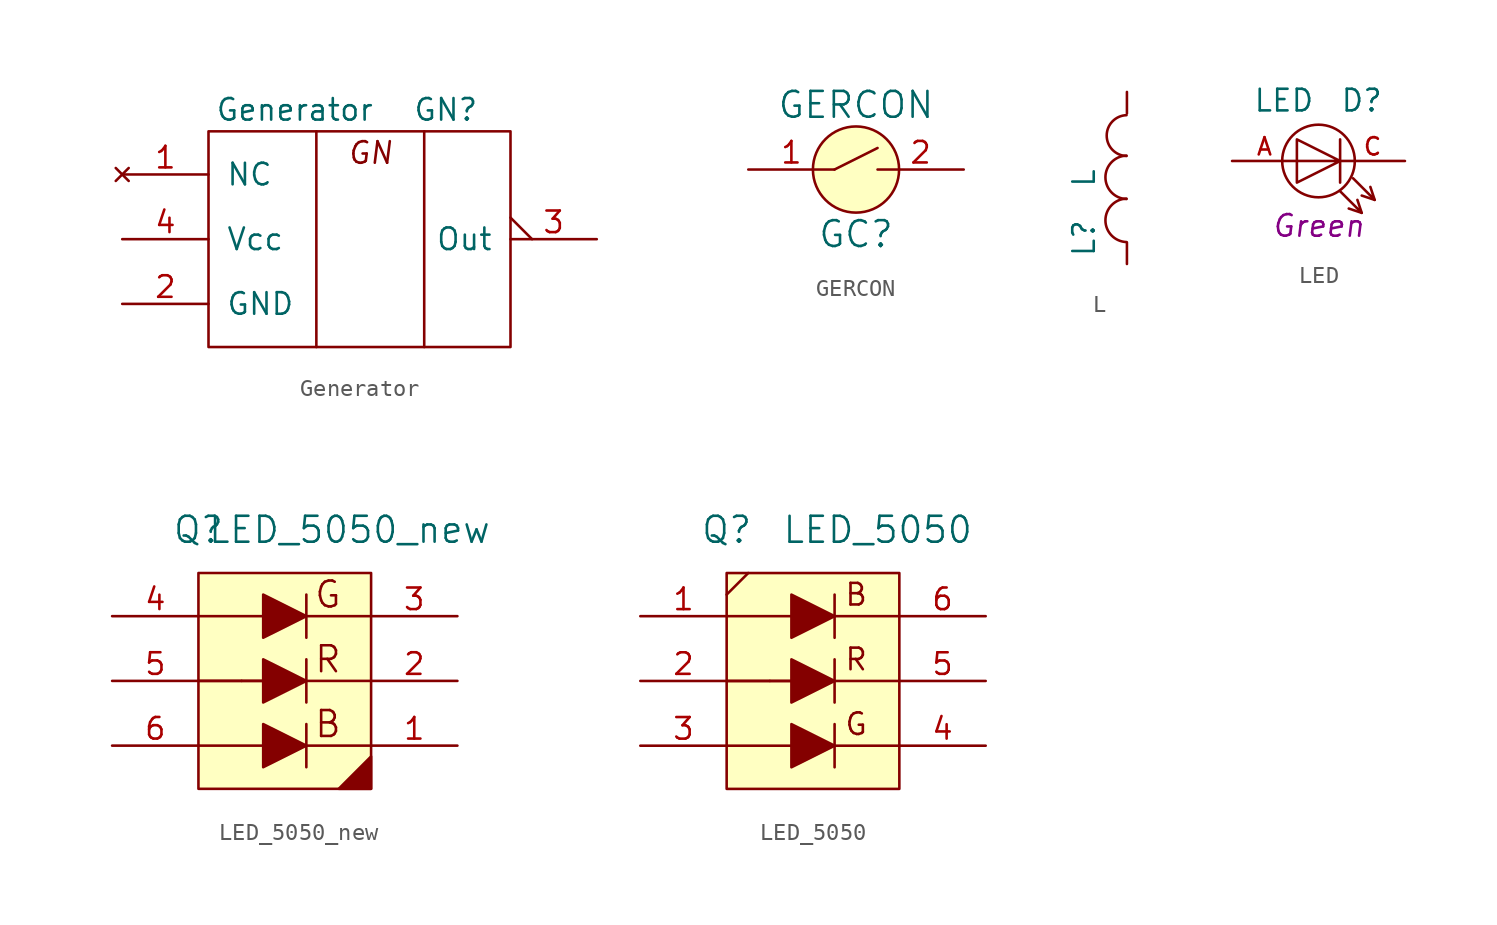
<source format=kicad_sym>
(kicad_symbol_lib
  (version 20201005)
  (generator kicad_symbol_editor)
  (symbol "Tittar_kl:Generator"
    (pin_names
      (offset 1.016))
    (property "Reference" "GN"
      (at 5.08 7.62 0)
      (effects (font (size 1.27 1.27))))
    (property "Value" "Generator"
      (at -3.81 7.62 0)
      (effects (font (size 1.27 1.27))))
    (symbol "Generator_0_0"
      (text "GN" (at 0.635 5.08 0) (effects (font (size 1.27 1.27) italic))))
    (symbol "Generator_0_1"
      (rectangle (start -8.89 6.35) (end 8.89 -6.35) (stroke (width 0)) (fill (type none)))
      (polyline (pts (xy -2.54 -6.35) (xy -2.54 6.35)) (stroke (width 0)) (fill (type none)))
      (polyline (pts (xy 3.81 6.35) (xy 3.81 -6.35)) (stroke (width 0)) (fill (type none)))
      (pin unconnected line (at -13.97 3.81 0) (length 5.08) (name "NC" (effects (font (size 1.27 1.27)))) (number "1" (effects (font (size 1.27 1.27)))))
      (pin power_in line (at -13.97 -3.81 0) (length 5.08) (name "GND" (effects (font (size 1.27 1.27)))) (number "2" (effects (font (size 1.27 1.27)))))
      (pin passive output_low (at 13.97 0 180) (length 5.08) (name "Out" (effects (font (size 1.27 1.27)))) (number "3" (effects (font (size 1.27 1.27)))))
      (pin power_in line (at -13.97 0 0) (length 5.08) (name "Vcc" (effects (font (size 1.27 1.27)))) (number "4" (effects (font (size 1.27 1.27)))))))
  (symbol "Tittar_kl:GERCON"
    (pin_names
      (offset 1.016))
    (property "Reference" "GC"
      (at 0 -3.81 0)
      (effects (font (size 1.524 1.524))))
    (property "Value" "GERCON"
      (at 0 3.81 0)
      (effects (font (size 1.524 1.524))))
    (property "Footprint" ""
      (at 0 0 0)
      (effects (font (size 1.524 1.524))))
    (property "Datasheet" ""
      (at 0 0 0)
      (effects (font (size 1.524 1.524))))
    (symbol "GERCON_0_1"
      (circle (center 0 0) (radius 2.54) (stroke (width 0)) (fill (type background)))
      (polyline (pts (xy -1.27 0) (xy 1.27 1.27) (xy 1.27 1.27)) (stroke (width 0)) (fill (type none))))
    (symbol "GERCON_1_1"
      (pin passive line (at -6.35 0 0) (length 5.08) (name "~" (effects (font (size 1.27 1.27)))) (number "1" (effects (font (size 1.27 1.27)))))
      (pin passive line (at 6.35 0 180) (length 5.08) (name "~" (effects (font (size 1.27 1.27)))) (number "2" (effects (font (size 1.27 1.27)))))))
  (symbol "Tittar_kl:L"
    (pin_numbers hide)
    (pin_names
      (offset 1.016) hide)
    (property "Reference" "L"
      (at -2.54 -3.556 90)
      (effects (font (size 1.27 1.27))))
    (property "Value" "L"
      (at -2.54 0 90)
      (effects (font (size 1.27 1.27))))
    (symbol "L_0_1"
      (arc (start -0.0254 -1.2192) (end -0.0254 -3.7846) (radius (at 0 -2.5146) (length 1.2954) (angles -88.9 88.9)) (stroke (width 0)) (fill (type none)))
      (arc (start -0.0254 1.3208) (end -0.0254 -1.2446) (radius (at 0 0.0254) (length 1.2954) (angles -88.9 88.9)) (stroke (width 0)) (fill (type none)))
      (arc (start -0.0254 3.7084) (end -0.0254 1.2954) (radius (at 0 2.4892) (length 1.2192) (angles -88.9 88.9)) (stroke (width 0)) (fill (type none))))
    (symbol "L_1_1"
      (pin passive line (at 0 5.08 270) (length 1.27) (name "1" (effects (font (size 1.778 1.778)))) (number "1" (effects (font (size 1.778 1.778)))))
      (pin passive line (at 0 -5.08 90) (length 1.27) (name "2" (effects (font (size 1.778 1.778)))) (number "2" (effects (font (size 1.778 1.778)))))))
  (symbol "Tittar_kl:LED"
    (pin_names
      (offset 1.016) hide)
    (property "Reference" "D"
      (at 2.54 3.556 0)
      (effects (font (size 1.27 1.27))))
    (property "Value" "LED"
      (at -2.032 3.556 0)
      (effects (font (size 1.27 1.27))))
    (property "Color" "Green"
      (at 0 -3.81 0)
      (effects (font (size 1.27 1.27) italic)))
    (symbol "LED_0_1"
      (circle (center 0 0) (radius 2.134) (stroke (width 0)) (fill (type none)))
      (polyline (pts (xy 1.27 1.27) (xy 1.27 -1.27)) (stroke (width 0)) (fill (type none)))
      (polyline (pts (xy 2.54 -3.048) (xy 1.778 -2.794)) (stroke (width 0)) (fill (type none)))
      (polyline (pts (xy 3.302 -2.286) (xy 2.54 -2.032)) (stroke (width 0)) (fill (type none)))
      (polyline (pts (xy 1.27 -1.778) (xy 2.54 -3.048) (xy 2.286 -2.286) (xy 2.286 -2.286)) (stroke (width 0)) (fill (type none)))
      (polyline (pts (xy 2.032 -1.016) (xy 3.302 -2.286) (xy 3.048 -1.524) (xy 3.048 -1.524)) (stroke (width 0)) (fill (type none)))
      (polyline (pts (xy 1.27 0) (xy -1.27 -1.27) (xy -1.27 1.27) (xy 1.27 0) (xy -1.27 0)) (stroke (width 0)) (fill (type none))))
    (symbol "LED_1_1"
      (pin passive line (at -5.08 0 0) (length 3.81) (name "A" (effects (font (size 1.016 1.016)))) (number "A" (effects (font (size 1.016 1.016)))))
      (pin passive line (at 5.08 0 180) (length 3.81) (name "C" (effects (font (size 1.016 1.016)))) (number "C" (effects (font (size 1.016 1.016)))))))
  (symbol "Tittar_kl:LED_5050_new"
    (pin_names
      (offset 1.016) hide)
    (property "Reference" "Q"
      (at -5.08 8.89 0)
      (effects (font (size 1.524 1.524))))
    (property "Value" "LED_5050_new"
      (at 3.81 8.89 0)
      (effects (font (size 1.524 1.524))))
    (symbol "LED_5050_new_0_0"
      (text "B" (at 2.54 -2.54 0) (effects (font (size 1.524 1.524))))
      (text "G" (at 2.54 5.08 0) (effects (font (size 1.524 1.524))))
      (text "R" (at 2.54 1.27 0) (effects (font (size 1.524 1.524)))))
    (symbol "LED_5050_new_0_1"
      (rectangle (start -5.08 6.35) (end 5.08 -6.35) (stroke (width 0)) (fill (type background)))
      (polyline (pts (xy -5.08 -3.81) (xy -1.27 -3.81) (xy -1.27 -3.81)) (stroke (width 0)) (fill (type none)))
      (polyline (pts (xy -5.08 0) (xy -2.54 0) (xy -2.54 0)) (stroke (width 0)) (fill (type none)))
      (polyline (pts (xy -5.08 0) (xy -1.27 0) (xy -1.27 0)) (stroke (width 0)) (fill (type none)))
      (polyline (pts (xy -5.08 3.81) (xy -1.27 3.81) (xy -1.27 3.81)) (stroke (width 0)) (fill (type none)))
      (polyline (pts (xy -2.54 0) (xy -1.27 0) (xy -1.27 0)) (stroke (width 0)) (fill (type none)))
      (polyline (pts (xy 1.27 -3.81) (xy 5.08 -3.81) (xy 5.08 -3.81)) (stroke (width 0)) (fill (type none)))
      (polyline (pts (xy 1.27 -2.54) (xy 1.27 -5.08) (xy 1.27 -5.08)) (stroke (width 0)) (fill (type none)))
      (polyline (pts (xy 1.27 0) (xy 5.08 0) (xy 5.08 0)) (stroke (width 0)) (fill (type none)))
      (polyline (pts (xy 1.27 1.27) (xy 1.27 -1.27) (xy 1.27 -1.27)) (stroke (width 0)) (fill (type none)))
      (polyline (pts (xy 1.27 3.81) (xy 5.08 3.81) (xy 5.08 3.81)) (stroke (width 0)) (fill (type none)))
      (polyline (pts (xy 1.27 5.08) (xy 1.27 2.54) (xy 1.27 2.54)) (stroke (width 0)) (fill (type none)))
      (polyline (pts (xy 5.08 -4.445) (xy 5.08 -6.35) (xy 3.175 -6.35) (xy 5.08 -4.445)) (stroke (width 0)) (fill (type outline)))
      (polyline (pts (xy -1.27 -2.54) (xy -1.27 -5.08) (xy 1.27 -3.81) (xy -1.27 -2.54) (xy -1.27 -2.54)) (stroke (width 0)) (fill (type outline)))
      (polyline (pts (xy -1.27 1.27) (xy -1.27 -1.27) (xy 1.27 0) (xy -1.27 1.27) (xy -1.27 1.27)) (stroke (width 0)) (fill (type outline)))
      (polyline (pts (xy -1.27 5.08) (xy -1.27 2.54) (xy 1.27 3.81) (xy -1.27 5.08) (xy -1.27 5.08)) (stroke (width 0)) (fill (type outline))))
    (symbol "LED_5050_new_1_1"
      (pin passive line (at 10.16 -3.81 180) (length 5.08) (name "~" (effects (font (size 1.27 1.27)))) (number "1" (effects (font (size 1.27 1.27)))))
      (pin passive line (at 10.16 0 180) (length 5.08) (name "~" (effects (font (size 1.27 1.27)))) (number "2" (effects (font (size 1.27 1.27)))))
      (pin passive line (at 10.16 3.81 180) (length 5.08) (name "~" (effects (font (size 1.27 1.27)))) (number "3" (effects (font (size 1.27 1.27)))))
      (pin passive line (at -10.16 3.81 0) (length 5.08) (name "B" (effects (font (size 1.27 1.27)))) (number "4" (effects (font (size 1.27 1.27)))))
      (pin passive line (at -10.16 0 0) (length 5.08) (name "G" (effects (font (size 1.27 1.27)))) (number "5" (effects (font (size 1.27 1.27)))))
      (pin passive line (at -10.16 -3.81 0) (length 5.08) (name "~" (effects (font (size 1.27 1.27)))) (number "6" (effects (font (size 1.27 1.27)))))))
  (symbol "Tittar_kl:LED_5050"
    (pin_names
      (offset 1.016) hide)
    (property "Reference" "Q"
      (at -5.08 8.89 0)
      (effects (font (size 1.524 1.524))))
    (property "Value" "LED_5050"
      (at 3.81 8.89 0)
      (effects (font (size 1.524 1.524))))
    (symbol "LED_5050_0_0"
      (text "B" (at 2.54 5.08 0) (effects (font (size 1.27 1.27))))
      (text "G" (at 2.54 -2.54 0) (effects (font (size 1.27 1.27))))
      (text "R" (at 2.54 1.27 0) (effects (font (size 1.27 1.27))))
      (polyline (pts (xy -5.08 5.08) (xy -3.81 6.35)) (stroke (width 0)) (fill (type none))))
    (symbol "LED_5050_0_1"
      (rectangle (start -5.08 6.35) (end 5.08 -6.35) (stroke (width 0)) (fill (type background)))
      (polyline (pts (xy -5.08 -3.81) (xy -1.27 -3.81) (xy -1.27 -3.81)) (stroke (width 0)) (fill (type none)))
      (polyline (pts (xy -5.08 0) (xy -2.54 0) (xy -2.54 0)) (stroke (width 0)) (fill (type none)))
      (polyline (pts (xy -5.08 0) (xy -1.27 0) (xy -1.27 0)) (stroke (width 0)) (fill (type none)))
      (polyline (pts (xy -5.08 3.81) (xy -1.27 3.81) (xy -1.27 3.81)) (stroke (width 0)) (fill (type none)))
      (polyline (pts (xy -2.54 0) (xy -1.27 0) (xy -1.27 0)) (stroke (width 0)) (fill (type none)))
      (polyline (pts (xy 1.27 -3.81) (xy 5.08 -3.81) (xy 5.08 -3.81)) (stroke (width 0)) (fill (type none)))
      (polyline (pts (xy 1.27 -2.54) (xy 1.27 -5.08) (xy 1.27 -5.08)) (stroke (width 0)) (fill (type none)))
      (polyline (pts (xy 1.27 0) (xy 5.08 0) (xy 5.08 0)) (stroke (width 0)) (fill (type none)))
      (polyline (pts (xy 1.27 1.27) (xy 1.27 -1.27) (xy 1.27 -1.27)) (stroke (width 0)) (fill (type none)))
      (polyline (pts (xy 1.27 3.81) (xy 5.08 3.81) (xy 5.08 3.81)) (stroke (width 0)) (fill (type none)))
      (polyline (pts (xy 1.27 5.08) (xy 1.27 2.54) (xy 1.27 2.54)) (stroke (width 0)) (fill (type none)))
      (polyline (pts (xy -1.27 -2.54) (xy -1.27 -5.08) (xy 1.27 -3.81) (xy -1.27 -2.54) (xy -1.27 -2.54)) (stroke (width 0)) (fill (type outline)))
      (polyline (pts (xy -1.27 1.27) (xy -1.27 -1.27) (xy 1.27 0) (xy -1.27 1.27) (xy -1.27 1.27)) (stroke (width 0)) (fill (type outline)))
      (polyline (pts (xy -1.27 5.08) (xy -1.27 2.54) (xy 1.27 3.81) (xy -1.27 5.08) (xy -1.27 5.08)) (stroke (width 0)) (fill (type outline))))
    (symbol "LED_5050_1_1"
      (pin passive line (at -10.16 3.81 0) (length 5.08) (name "~" (effects (font (size 1.27 1.27)))) (number "1" (effects (font (size 1.27 1.27)))))
      (pin passive line (at -10.16 0 0) (length 5.08) (name "~" (effects (font (size 1.27 1.27)))) (number "2" (effects (font (size 1.27 1.27)))))
      (pin passive line (at -10.16 -3.81 0) (length 5.08) (name "~" (effects (font (size 1.27 1.27)))) (number "3" (effects (font (size 1.27 1.27)))))
      (pin passive line (at 10.16 -3.81 180) (length 5.08) (name "B" (effects (font (size 1.27 1.27)))) (number "4" (effects (font (size 1.27 1.27)))))
      (pin passive line (at 10.16 0 180) (length 5.08) (name "G" (effects (font (size 1.27 1.27)))) (number "5" (effects (font (size 1.27 1.27)))))
      (pin passive line (at 10.16 3.81 180) (length 5.08) (name "~" (effects (font (size 1.27 1.27)))) (number "6" (effects (font (size 1.27 1.27))))))))
</source>
